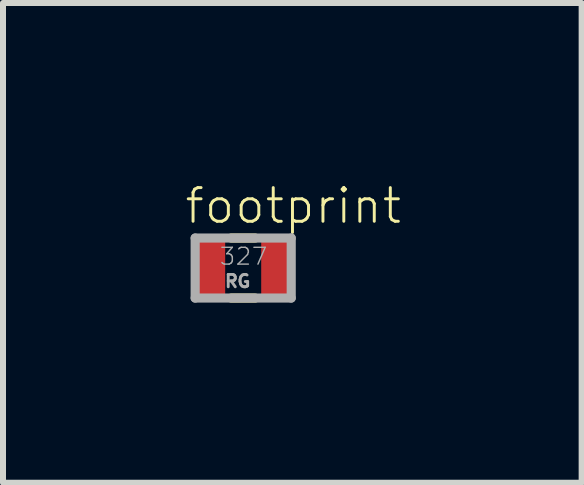
<source format=kicad_pcb>
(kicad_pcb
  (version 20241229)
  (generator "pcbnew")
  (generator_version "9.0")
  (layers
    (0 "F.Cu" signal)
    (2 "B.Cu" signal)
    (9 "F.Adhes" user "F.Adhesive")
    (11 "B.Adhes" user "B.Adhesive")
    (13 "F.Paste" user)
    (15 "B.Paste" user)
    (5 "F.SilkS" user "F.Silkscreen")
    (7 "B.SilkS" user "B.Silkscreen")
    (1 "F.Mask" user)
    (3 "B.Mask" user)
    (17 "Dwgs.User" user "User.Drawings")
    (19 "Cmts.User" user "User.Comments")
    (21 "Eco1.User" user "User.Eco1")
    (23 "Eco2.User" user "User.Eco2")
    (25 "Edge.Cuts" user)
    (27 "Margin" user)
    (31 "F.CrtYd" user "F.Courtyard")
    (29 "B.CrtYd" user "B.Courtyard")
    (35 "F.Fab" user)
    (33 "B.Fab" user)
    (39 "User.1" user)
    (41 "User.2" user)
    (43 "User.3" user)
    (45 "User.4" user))
  (footprint "footprint"
    (layer "F.Cu")
    (at 1.001 1.415)
    (property "Reference" "footprint" (at -1.001 -0.708 0) (layer "F.SilkS") (effects (font (size 0.561 0.561) (thickness 0.049)) (justify left bottom)))
    (fp_line (start -0.2 -0.5) (end 0.2 -0.5) (stroke (width 0.152) (type solid)) (layer "F.SilkS"))
    (fp_line (start -0.2 0.5) (end 0.2 0.5) (stroke (width 0.152) (type solid)) (layer "F.SilkS"))
    (fp_line (start -0.8 -0.5) (end -0.8 0.5) (stroke (width 0.152) (type solid)) (layer "F.Fab"))
    (fp_line (start -0.8 0.5) (end 0.8 0.5) (stroke (width 0.152) (type solid)) (layer "F.Fab"))
    (fp_line (start 0.8 -0.5) (end -0.8 -0.5) (stroke (width 0.152) (type solid)) (layer "F.Fab"))
    (fp_line (start 0.8 0.5) (end 0.8 -0.5) (stroke (width 0.152) (type solid)) (layer "F.Fab"))
    (fp_text user "RG" (at -0.33 0.34 0) (layer "F.Fab") (effects (font (size 0.206 0.206) (thickness 0.048)) (justify left bottom)))
    (fp_text user "327" (at -0.41 -0.03 0) (layer "F.Fab") (effects (font (size 0.28 0.28) (thickness 0.024)) (justify left bottom)))
    (pad "1" smd rect (at -0.55 0) (size 0.5 1) (layers "F.Cu" "F.Mask" "F.Paste"))
    (pad "2" smd rect (at 0.55 0) (size 0.5 1) (layers "F.Cu" "F.Mask" "F.Paste")))
  (gr_rect
    (start -3 -3)
    (end 6.639 4.991)
    (stroke (width 0.1) (type default))
    (fill no)
    (layer "Edge.Cuts")))
</source>
